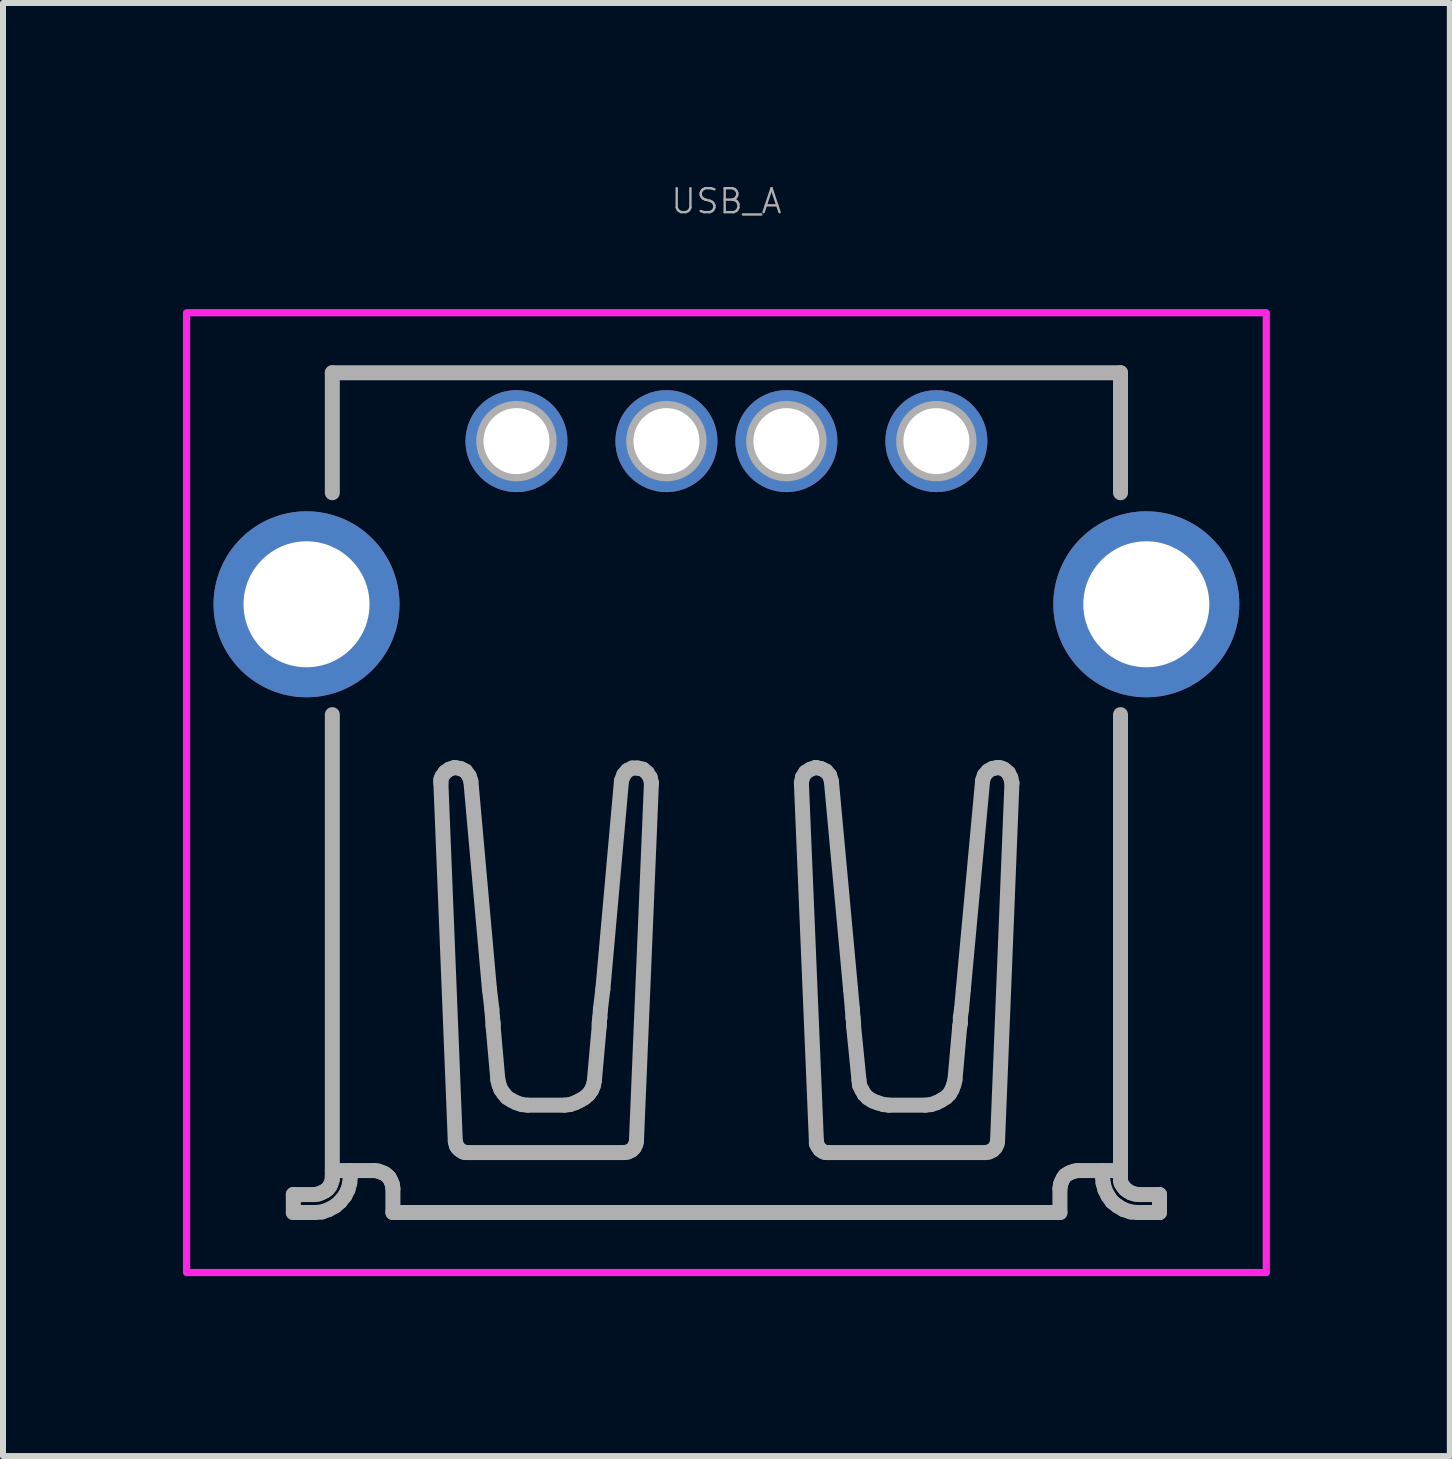
<source format=kicad_pcb>
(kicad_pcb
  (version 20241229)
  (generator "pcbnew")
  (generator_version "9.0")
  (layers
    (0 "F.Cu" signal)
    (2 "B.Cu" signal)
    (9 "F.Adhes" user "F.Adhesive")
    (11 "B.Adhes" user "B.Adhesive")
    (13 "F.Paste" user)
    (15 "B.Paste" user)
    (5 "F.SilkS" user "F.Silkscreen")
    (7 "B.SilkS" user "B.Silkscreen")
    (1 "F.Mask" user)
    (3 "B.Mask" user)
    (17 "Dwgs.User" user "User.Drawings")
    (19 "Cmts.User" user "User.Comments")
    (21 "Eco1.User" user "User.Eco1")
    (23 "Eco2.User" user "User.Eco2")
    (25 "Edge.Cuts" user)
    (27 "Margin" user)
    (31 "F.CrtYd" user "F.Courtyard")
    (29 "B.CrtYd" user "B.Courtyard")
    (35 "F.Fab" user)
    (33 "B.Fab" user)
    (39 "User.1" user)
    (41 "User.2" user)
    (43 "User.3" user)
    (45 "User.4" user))
  (footprint "USB_A"
    (layer "F.Cu")
    (at 9.06 5.664)
    (property "Reference" "USB_A" (at 0 -5.36 0) (layer "F.Fab") (effects (font (size 0.4 0.4) (thickness 0.04))))
    (attr through_hole)
    (fp_rect (start -9 -3.5) (end 9 12.5) (stroke (width 0.12) (type solid)) (fill no) (layer "F.CrtYd"))
    (fp_line (start -7.22 11.2) (end -6.87 11.2) (stroke (width 0.25) (type solid)) (layer "F.Fab"))
    (fp_line (start -7.22 11.5) (end -7.22 11.2) (stroke (width 0.25) (type solid)) (layer "F.Fab"))
    (fp_line (start -6.87 11.5) (end -7.22 11.5) (stroke (width 0.25) (type solid)) (layer "F.Fab"))
    (fp_line (start -6.8 11.19) (end -6.86 11.2) (stroke (width 0.25) (type solid)) (layer "F.Fab"))
    (fp_line (start -6.75 11.17) (end -6.8 11.19) (stroke (width 0.25) (type solid)) (layer "F.Fab"))
    (fp_line (start -6.74 11.49) (end -6.86 11.5) (stroke (width 0.25) (type solid)) (layer "F.Fab"))
    (fp_line (start -6.69 11.14) (end -6.75 11.17) (stroke (width 0.25) (type solid)) (layer "F.Fab"))
    (fp_line (start -6.65 11.11) (end -6.69 11.14) (stroke (width 0.25) (type solid)) (layer "F.Fab"))
    (fp_line (start -6.63 11.45) (end -6.74 11.49) (stroke (width 0.25) (type solid)) (layer "F.Fab"))
    (fp_line (start -6.61 11.06) (end -6.65 11.11) (stroke (width 0.25) (type solid)) (layer "F.Fab"))
    (fp_line (start -6.59 11.01) (end -6.61 11.06) (stroke (width 0.25) (type solid)) (layer "F.Fab"))
    (fp_line (start -6.57 -2.5) (end 6.57 -2.5) (stroke (width 0.25) (type solid)) (layer "F.Fab"))
    (fp_line (start -6.57 -0.5) (end -6.57 -2.5) (stroke (width 0.25) (type solid)) (layer "F.Fab"))
    (fp_line (start -6.57 10.8) (end -5.87 10.8) (stroke (width 0.25) (type solid)) (layer "F.Fab"))
    (fp_line (start -6.57 10.9) (end -6.57 3.2) (stroke (width 0.25) (type solid)) (layer "F.Fab"))
    (fp_line (start -6.57 10.9) (end -6.57 10.95) (stroke (width 0.25) (type solid)) (layer "F.Fab"))
    (fp_line (start -6.57 10.95) (end -6.59 11.01) (stroke (width 0.25) (type solid)) (layer "F.Fab"))
    (fp_line (start -6.52 11.39) (end -6.63 11.45) (stroke (width 0.25) (type solid)) (layer "F.Fab"))
    (fp_line (start -6.44 11.32) (end -6.52 11.39) (stroke (width 0.25) (type solid)) (layer "F.Fab"))
    (fp_line (start -6.36 11.22) (end -6.44 11.32) (stroke (width 0.25) (type solid)) (layer "F.Fab"))
    (fp_line (start -6.31 11.12) (end -6.36 11.22) (stroke (width 0.25) (type solid)) (layer "F.Fab"))
    (fp_line (start -6.28 11.01) (end -6.31 11.12) (stroke (width 0.25) (type solid)) (layer "F.Fab"))
    (fp_line (start -6.27 10.8) (end -6.27 10.9) (stroke (width 0.25) (type solid)) (layer "F.Fab"))
    (fp_line (start -6.27 10.9) (end -6.28 11.01) (stroke (width 0.25) (type solid)) (layer "F.Fab"))
    (fp_line (start -5.87 10.8) (end -5.8 10.81) (stroke (width 0.25) (type solid)) (layer "F.Fab"))
    (fp_line (start -5.8 10.81) (end -5.75 10.83) (stroke (width 0.25) (type solid)) (layer "F.Fab"))
    (fp_line (start -5.75 10.83) (end -5.7 10.85) (stroke (width 0.25) (type solid)) (layer "F.Fab"))
    (fp_line (start -5.7 10.85) (end -5.66 10.88) (stroke (width 0.25) (type solid)) (layer "F.Fab"))
    (fp_line (start -5.66 10.88) (end -5.62 10.92) (stroke (width 0.25) (type solid)) (layer "F.Fab"))
    (fp_line (start -5.62 10.92) (end -5.59 10.98) (stroke (width 0.25) (type solid)) (layer "F.Fab"))
    (fp_line (start -5.59 10.98) (end -5.57 11.03) (stroke (width 0.25) (type solid)) (layer "F.Fab"))
    (fp_line (start -5.57 11.03) (end -5.56 11.1) (stroke (width 0.25) (type solid)) (layer "F.Fab"))
    (fp_line (start -5.56 11.5) (end -5.56 11.1) (stroke (width 0.25) (type solid)) (layer "F.Fab"))
    (fp_line (start -5.56 11.5) (end 0 11.5) (stroke (width 0.25) (type solid)) (layer "F.Fab"))
    (fp_line (start -4.76 4.28) (end -4.76 4.34) (stroke (width 0.25) (type solid)) (layer "F.Fab"))
    (fp_line (start -4.76 4.34) (end -4.52 10.31) (stroke (width 0.25) (type solid)) (layer "F.Fab"))
    (fp_line (start -4.74 4.23) (end -4.76 4.28) (stroke (width 0.25) (type solid)) (layer "F.Fab"))
    (fp_line (start -4.69 4.16) (end -4.74 4.23) (stroke (width 0.25) (type solid)) (layer "F.Fab"))
    (fp_line (start -4.62 4.11) (end -4.69 4.16) (stroke (width 0.25) (type solid)) (layer "F.Fab"))
    (fp_line (start -4.53 4.08) (end -4.62 4.11) (stroke (width 0.25) (type solid)) (layer "F.Fab"))
    (fp_line (start -4.52 10.31) (end -4.51 10.35) (stroke (width 0.25) (type solid)) (layer "F.Fab"))
    (fp_line (start -4.51 10.35) (end -4.5 10.39) (stroke (width 0.25) (type solid)) (layer "F.Fab"))
    (fp_line (start -4.5 10.39) (end -4.48 10.42) (stroke (width 0.25) (type solid)) (layer "F.Fab"))
    (fp_line (start -4.48 10.42) (end -4.45 10.45) (stroke (width 0.25) (type solid)) (layer "F.Fab"))
    (fp_line (start -4.45 10.45) (end -4.42 10.47) (stroke (width 0.25) (type solid)) (layer "F.Fab"))
    (fp_line (start -4.43 4.1) (end -4.53 4.08) (stroke (width 0.25) (type solid)) (layer "F.Fab"))
    (fp_line (start -4.42 10.47) (end -4.39 10.49) (stroke (width 0.25) (type solid)) (layer "F.Fab"))
    (fp_line (start -4.39 10.49) (end -4.35 10.5) (stroke (width 0.25) (type solid)) (layer "F.Fab"))
    (fp_line (start -4.35 4.14) (end -4.43 4.1) (stroke (width 0.25) (type solid)) (layer "F.Fab"))
    (fp_line (start -4.35 10.5) (end -4.32 10.5) (stroke (width 0.25) (type solid)) (layer "F.Fab"))
    (fp_line (start -4.31 10.5) (end -1.7 10.5) (stroke (width 0.25) (type solid)) (layer "F.Fab"))
    (fp_line (start -4.29 4.22) (end -4.35 4.14) (stroke (width 0.25) (type solid)) (layer "F.Fab"))
    (fp_line (start -4.26 4.31) (end -4.29 4.22) (stroke (width 0.25) (type solid)) (layer "F.Fab"))
    (fp_line (start -3.95 7.78) (end -4.26 4.31) (stroke (width 0.25) (type solid)) (layer "F.Fab"))
    (fp_line (start -3.95 7.78) (end -3.91 8.11) (stroke (width 0.25) (type solid)) (layer "F.Fab"))
    (fp_line (start -3.91 8.11) (end -3.9 8.25) (stroke (width 0.25) (type solid)) (layer "F.Fab"))
    (fp_line (start -3.89 8.34) (end -3.9 8.25) (stroke (width 0.25) (type solid)) (layer "F.Fab"))
    (fp_line (start -3.89 8.39) (end -3.89 8.34) (stroke (width 0.25) (type solid)) (layer "F.Fab"))
    (fp_line (start -3.81 9.29) (end -3.89 8.39) (stroke (width 0.25) (type solid)) (layer "F.Fab"))
    (fp_line (start -3.81 9.29) (end -3.79 9.37) (stroke (width 0.25) (type solid)) (layer "F.Fab"))
    (fp_line (start -3.79 9.37) (end -3.76 9.45) (stroke (width 0.25) (type solid)) (layer "F.Fab"))
    (fp_line (start -3.76 9.45) (end -3.71 9.52) (stroke (width 0.25) (type solid)) (layer "F.Fab"))
    (fp_line (start -3.71 9.52) (end -3.66 9.58) (stroke (width 0.25) (type solid)) (layer "F.Fab"))
    (fp_line (start -3.66 9.58) (end -3.58 9.63) (stroke (width 0.25) (type solid)) (layer "F.Fab"))
    (fp_line (start -3.58 9.63) (end -3.5 9.67) (stroke (width 0.25) (type solid)) (layer "F.Fab"))
    (fp_line (start -3.5 9.67) (end -3.41 9.7) (stroke (width 0.25) (type solid)) (layer "F.Fab"))
    (fp_line (start -3.41 9.7) (end -3.32 9.71) (stroke (width 0.25) (type solid)) (layer "F.Fab"))
    (fp_line (start -2.7 9.71) (end -3.31 9.71) (stroke (width 0.25) (type solid)) (layer "F.Fab"))
    (fp_line (start -2.7 9.71) (end -2.61 9.7) (stroke (width 0.25) (type solid)) (layer "F.Fab"))
    (fp_line (start -2.61 9.7) (end -2.52 9.67) (stroke (width 0.25) (type solid)) (layer "F.Fab"))
    (fp_line (start -2.52 9.67) (end -2.44 9.63) (stroke (width 0.25) (type solid)) (layer "F.Fab"))
    (fp_line (start -2.44 9.63) (end -2.37 9.59) (stroke (width 0.25) (type solid)) (layer "F.Fab"))
    (fp_line (start -2.37 9.59) (end -2.3 9.53) (stroke (width 0.25) (type solid)) (layer "F.Fab"))
    (fp_line (start -2.3 9.53) (end -2.25 9.46) (stroke (width 0.25) (type solid)) (layer "F.Fab"))
    (fp_line (start -2.25 9.46) (end -2.22 9.39) (stroke (width 0.25) (type solid)) (layer "F.Fab"))
    (fp_line (start -2.22 9.39) (end -2.2 9.3) (stroke (width 0.25) (type solid)) (layer "F.Fab"))
    (fp_line (start -2.12 8.34) (end -2.11 8.25) (stroke (width 0.25) (type solid)) (layer "F.Fab"))
    (fp_line (start -2.12 8.39) (end -2.2 9.29) (stroke (width 0.25) (type solid)) (layer "F.Fab"))
    (fp_line (start -2.12 8.39) (end -2.12 8.34) (stroke (width 0.25) (type solid)) (layer "F.Fab"))
    (fp_line (start -2.1 8.11) (end -2.11 8.25) (stroke (width 0.25) (type solid)) (layer "F.Fab"))
    (fp_line (start -2.06 7.78) (end -2.1 8.11) (stroke (width 0.25) (type solid)) (layer "F.Fab"))
    (fp_line (start -2.06 7.78) (end -1.75 4.31) (stroke (width 0.25) (type solid)) (layer "F.Fab"))
    (fp_line (start -1.71 4.2) (end -1.75 4.3) (stroke (width 0.25) (type solid)) (layer "F.Fab"))
    (fp_line (start -1.7 10.5) (end -1.64 10.49) (stroke (width 0.25) (type solid)) (layer "F.Fab"))
    (fp_line (start -1.65 4.13) (end -1.71 4.2) (stroke (width 0.25) (type solid)) (layer "F.Fab"))
    (fp_line (start -1.64 10.49) (end -1.58 10.46) (stroke (width 0.25) (type solid)) (layer "F.Fab"))
    (fp_line (start -1.58 10.46) (end -1.54 10.42) (stroke (width 0.25) (type solid)) (layer "F.Fab"))
    (fp_line (start -1.57 4.09) (end -1.65 4.13) (stroke (width 0.25) (type solid)) (layer "F.Fab"))
    (fp_line (start -1.54 10.42) (end -1.51 10.36) (stroke (width 0.25) (type solid)) (layer "F.Fab"))
    (fp_line (start -1.51 10.36) (end -1.5 10.31) (stroke (width 0.25) (type solid)) (layer "F.Fab"))
    (fp_line (start -1.5 10.31) (end -1.25 4.34) (stroke (width 0.25) (type solid)) (layer "F.Fab"))
    (fp_line (start -1.48 4.09) (end -1.57 4.09) (stroke (width 0.25) (type solid)) (layer "F.Fab"))
    (fp_line (start -1.39 4.11) (end -1.48 4.09) (stroke (width 0.25) (type solid)) (layer "F.Fab"))
    (fp_line (start -1.32 4.17) (end -1.39 4.11) (stroke (width 0.25) (type solid)) (layer "F.Fab"))
    (fp_line (start -1.27 4.25) (end -1.32 4.17) (stroke (width 0.25) (type solid)) (layer "F.Fab"))
    (fp_line (start -1.25 4.34) (end -1.27 4.25) (stroke (width 0.25) (type solid)) (layer "F.Fab"))
    (fp_line (start 1.27 4.24) (end 1.25 4.33) (stroke (width 0.25) (type solid)) (layer "F.Fab"))
    (fp_line (start 1.32 4.16) (end 1.27 4.24) (stroke (width 0.25) (type solid)) (layer "F.Fab"))
    (fp_line (start 1.4 4.11) (end 1.32 4.16) (stroke (width 0.25) (type solid)) (layer "F.Fab"))
    (fp_line (start 1.49 4.08) (end 1.4 4.11) (stroke (width 0.25) (type solid)) (layer "F.Fab"))
    (fp_line (start 1.5 10.31) (end 1.25 4.34) (stroke (width 0.25) (type solid)) (layer "F.Fab"))
    (fp_line (start 1.5 10.31) (end 1.5 10.35) (stroke (width 0.25) (type solid)) (layer "F.Fab"))
    (fp_line (start 1.5 10.35) (end 1.52 10.39) (stroke (width 0.25) (type solid)) (layer "F.Fab"))
    (fp_line (start 1.52 10.39) (end 1.54 10.42) (stroke (width 0.25) (type solid)) (layer "F.Fab"))
    (fp_line (start 1.54 10.42) (end 1.56 10.45) (stroke (width 0.25) (type solid)) (layer "F.Fab"))
    (fp_line (start 1.56 10.45) (end 1.59 10.47) (stroke (width 0.25) (type solid)) (layer "F.Fab"))
    (fp_line (start 1.58 4.1) (end 1.49 4.08) (stroke (width 0.25) (type solid)) (layer "F.Fab"))
    (fp_line (start 1.59 10.47) (end 1.62 10.49) (stroke (width 0.25) (type solid)) (layer "F.Fab"))
    (fp_line (start 1.62 10.49) (end 1.66 10.5) (stroke (width 0.25) (type solid)) (layer "F.Fab"))
    (fp_line (start 1.66 4.14) (end 1.58 4.1) (stroke (width 0.25) (type solid)) (layer "F.Fab"))
    (fp_line (start 1.66 10.5) (end 1.7 10.5) (stroke (width 0.25) (type solid)) (layer "F.Fab"))
    (fp_line (start 1.72 4.21) (end 1.66 4.14) (stroke (width 0.25) (type solid)) (layer "F.Fab"))
    (fp_line (start 1.75 4.31) (end 1.72 4.21) (stroke (width 0.25) (type solid)) (layer "F.Fab"))
    (fp_line (start 2.07 7.78) (end 1.75 4.31) (stroke (width 0.25) (type solid)) (layer "F.Fab"))
    (fp_line (start 2.07 7.78) (end 2.1 8.11) (stroke (width 0.25) (type solid)) (layer "F.Fab"))
    (fp_line (start 2.1 8.11) (end 2.11 8.25) (stroke (width 0.25) (type solid)) (layer "F.Fab"))
    (fp_line (start 2.12 8.34) (end 2.11 8.25) (stroke (width 0.25) (type solid)) (layer "F.Fab"))
    (fp_line (start 2.12 8.39) (end 2.12 8.34) (stroke (width 0.25) (type solid)) (layer "F.Fab"))
    (fp_line (start 2.12 8.39) (end 2.21 9.29) (stroke (width 0.25) (type solid)) (layer "F.Fab"))
    (fp_line (start 2.22 9.38) (end 2.21 9.3) (stroke (width 0.25) (type solid)) (layer "F.Fab"))
    (fp_line (start 2.26 9.46) (end 2.22 9.38) (stroke (width 0.25) (type solid)) (layer "F.Fab"))
    (fp_line (start 2.3 9.53) (end 2.26 9.46) (stroke (width 0.25) (type solid)) (layer "F.Fab"))
    (fp_line (start 2.36 9.59) (end 2.3 9.53) (stroke (width 0.25) (type solid)) (layer "F.Fab"))
    (fp_line (start 2.44 9.64) (end 2.36 9.59) (stroke (width 0.25) (type solid)) (layer "F.Fab"))
    (fp_line (start 2.52 9.67) (end 2.44 9.64) (stroke (width 0.25) (type solid)) (layer "F.Fab"))
    (fp_line (start 2.62 9.7) (end 2.52 9.67) (stroke (width 0.25) (type solid)) (layer "F.Fab"))
    (fp_line (start 2.71 9.71) (end 2.62 9.7) (stroke (width 0.25) (type solid)) (layer "F.Fab"))
    (fp_line (start 2.71 9.71) (end 3.31 9.71) (stroke (width 0.25) (type solid)) (layer "F.Fab"))
    (fp_line (start 3.41 9.7) (end 3.32 9.71) (stroke (width 0.25) (type solid)) (layer "F.Fab"))
    (fp_line (start 3.5 9.67) (end 3.41 9.7) (stroke (width 0.25) (type solid)) (layer "F.Fab"))
    (fp_line (start 3.58 9.63) (end 3.5 9.67) (stroke (width 0.25) (type solid)) (layer "F.Fab"))
    (fp_line (start 3.66 9.58) (end 3.58 9.63) (stroke (width 0.25) (type solid)) (layer "F.Fab"))
    (fp_line (start 3.72 9.52) (end 3.66 9.58) (stroke (width 0.25) (type solid)) (layer "F.Fab"))
    (fp_line (start 3.76 9.45) (end 3.72 9.52) (stroke (width 0.25) (type solid)) (layer "F.Fab"))
    (fp_line (start 3.79 9.37) (end 3.76 9.45) (stroke (width 0.25) (type solid)) (layer "F.Fab"))
    (fp_line (start 3.81 9.29) (end 3.79 9.37) (stroke (width 0.25) (type solid)) (layer "F.Fab"))
    (fp_line (start 3.89 8.39) (end 3.81 9.29) (stroke (width 0.25) (type solid)) (layer "F.Fab"))
    (fp_line (start 3.89 8.39) (end 3.9 8.34) (stroke (width 0.25) (type solid)) (layer "F.Fab"))
    (fp_line (start 3.9 8.34) (end 3.9 8.25) (stroke (width 0.25) (type solid)) (layer "F.Fab"))
    (fp_line (start 3.92 8.11) (end 3.9 8.25) (stroke (width 0.25) (type solid)) (layer "F.Fab"))
    (fp_line (start 3.95 7.78) (end 3.92 8.11) (stroke (width 0.25) (type solid)) (layer "F.Fab"))
    (fp_line (start 3.95 7.78) (end 4.27 4.31) (stroke (width 0.25) (type solid)) (layer "F.Fab"))
    (fp_line (start 4.3 4.21) (end 4.27 4.3) (stroke (width 0.25) (type solid)) (layer "F.Fab"))
    (fp_line (start 4.32 10.5) (end 1.7 10.5) (stroke (width 0.25) (type solid)) (layer "F.Fab"))
    (fp_line (start 4.32 10.5) (end 4.38 10.49) (stroke (width 0.25) (type solid)) (layer "F.Fab"))
    (fp_line (start 4.36 4.14) (end 4.3 4.21) (stroke (width 0.25) (type solid)) (layer "F.Fab"))
    (fp_line (start 4.38 10.49) (end 4.44 10.46) (stroke (width 0.25) (type solid)) (layer "F.Fab"))
    (fp_line (start 4.43 4.1) (end 4.36 4.14) (stroke (width 0.25) (type solid)) (layer "F.Fab"))
    (fp_line (start 4.44 10.46) (end 4.48 10.42) (stroke (width 0.25) (type solid)) (layer "F.Fab"))
    (fp_line (start 4.48 4.09) (end 4.43 4.1) (stroke (width 0.25) (type solid)) (layer "F.Fab"))
    (fp_line (start 4.48 10.42) (end 4.51 10.36) (stroke (width 0.25) (type solid)) (layer "F.Fab"))
    (fp_line (start 4.51 10.36) (end 4.52 10.31) (stroke (width 0.25) (type solid)) (layer "F.Fab"))
    (fp_line (start 4.53 4.08) (end 4.48 4.09) (stroke (width 0.25) (type solid)) (layer "F.Fab"))
    (fp_line (start 4.58 4.09) (end 4.53 4.08) (stroke (width 0.25) (type solid)) (layer "F.Fab"))
    (fp_line (start 4.63 4.11) (end 4.58 4.09) (stroke (width 0.25) (type solid)) (layer "F.Fab"))
    (fp_line (start 4.7 4.17) (end 4.63 4.11) (stroke (width 0.25) (type solid)) (layer "F.Fab"))
    (fp_line (start 4.74 4.25) (end 4.7 4.17) (stroke (width 0.25) (type solid)) (layer "F.Fab"))
    (fp_line (start 4.76 4.34) (end 4.52 10.31) (stroke (width 0.25) (type solid)) (layer "F.Fab"))
    (fp_line (start 4.76 4.34) (end 4.74 4.25) (stroke (width 0.25) (type solid)) (layer "F.Fab"))
    (fp_line (start 5.56 11.5) (end 0 11.5) (stroke (width 0.25) (type solid)) (layer "F.Fab"))
    (fp_line (start 5.56 11.5) (end 5.56 11.1) (stroke (width 0.25) (type solid)) (layer "F.Fab"))
    (fp_line (start 5.57 11.03) (end 5.56 11.1) (stroke (width 0.25) (type solid)) (layer "F.Fab"))
    (fp_line (start 5.59 10.98) (end 5.57 11.03) (stroke (width 0.25) (type solid)) (layer "F.Fab"))
    (fp_line (start 5.62 10.92) (end 5.59 10.98) (stroke (width 0.25) (type solid)) (layer "F.Fab"))
    (fp_line (start 5.65 10.88) (end 5.62 10.92) (stroke (width 0.25) (type solid)) (layer "F.Fab"))
    (fp_line (start 5.7 10.85) (end 5.65 10.88) (stroke (width 0.25) (type solid)) (layer "F.Fab"))
    (fp_line (start 5.74 10.83) (end 5.7 10.85) (stroke (width 0.25) (type solid)) (layer "F.Fab"))
    (fp_line (start 5.8 10.81) (end 5.74 10.83) (stroke (width 0.25) (type solid)) (layer "F.Fab"))
    (fp_line (start 5.86 10.8) (end 5.8 10.81) (stroke (width 0.25) (type solid)) (layer "F.Fab"))
    (fp_line (start 6.27 10.8) (end 6.27 10.9) (stroke (width 0.25) (type solid)) (layer "F.Fab"))
    (fp_line (start 6.27 10.9) (end 6.28 11.01) (stroke (width 0.25) (type solid)) (layer "F.Fab"))
    (fp_line (start 6.28 11.01) (end 6.31 11.12) (stroke (width 0.25) (type solid)) (layer "F.Fab"))
    (fp_line (start 6.31 11.12) (end 6.36 11.22) (stroke (width 0.25) (type solid)) (layer "F.Fab"))
    (fp_line (start 6.36 11.22) (end 6.43 11.32) (stroke (width 0.25) (type solid)) (layer "F.Fab"))
    (fp_line (start 6.43 11.32) (end 6.52 11.39) (stroke (width 0.25) (type solid)) (layer "F.Fab"))
    (fp_line (start 6.52 11.39) (end 6.62 11.45) (stroke (width 0.25) (type solid)) (layer "F.Fab"))
    (fp_line (start 6.57 -0.5) (end 6.57 -2.5) (stroke (width 0.25) (type solid)) (layer "F.Fab"))
    (fp_line (start 6.57 10.8) (end 5.86 10.8) (stroke (width 0.25) (type solid)) (layer "F.Fab"))
    (fp_line (start 6.57 10.9) (end 6.57 3.2) (stroke (width 0.25) (type solid)) (layer "F.Fab"))
    (fp_line (start 6.57 10.9) (end 6.57 10.96) (stroke (width 0.25) (type solid)) (layer "F.Fab"))
    (fp_line (start 6.57 10.96) (end 6.58 11.01) (stroke (width 0.25) (type solid)) (layer "F.Fab"))
    (fp_line (start 6.58 11.01) (end 6.61 11.06) (stroke (width 0.25) (type solid)) (layer "F.Fab"))
    (fp_line (start 6.61 11.06) (end 6.65 11.11) (stroke (width 0.25) (type solid)) (layer "F.Fab"))
    (fp_line (start 6.62 11.45) (end 6.74 11.49) (stroke (width 0.25) (type solid)) (layer "F.Fab"))
    (fp_line (start 6.65 11.11) (end 6.69 11.14) (stroke (width 0.25) (type solid)) (layer "F.Fab"))
    (fp_line (start 6.69 11.14) (end 6.74 11.17) (stroke (width 0.25) (type solid)) (layer "F.Fab"))
    (fp_line (start 6.74 11.17) (end 6.8 11.19) (stroke (width 0.25) (type solid)) (layer "F.Fab"))
    (fp_line (start 6.74 11.49) (end 6.85 11.5) (stroke (width 0.25) (type solid)) (layer "F.Fab"))
    (fp_line (start 6.8 11.19) (end 6.86 11.2) (stroke (width 0.25) (type solid)) (layer "F.Fab"))
    (fp_line (start 6.86 11.5) (end 7.22 11.5) (stroke (width 0.25) (type solid)) (layer "F.Fab"))
    (fp_line (start 7.22 11.2) (end 6.86 11.2) (stroke (width 0.25) (type solid)) (layer "F.Fab"))
    (fp_line (start 7.22 11.5) (end 7.22 11.2) (stroke (width 0.25) (type solid)) (layer "F.Fab"))
    (fp_circle (center -7 1.36) (end -6.52 1.36) (stroke (width 0.95) (type solid)) (fill no) (layer "F.Fab"))
    (fp_circle (center -3.5 -1.36) (end -3.28 -1.36) (stroke (width 0.45) (type solid)) (fill no) (layer "F.Fab"))
    (fp_circle (center -1 -1.36) (end -0.78 -1.36) (stroke (width 0.45) (type solid)) (fill no) (layer "F.Fab"))
    (fp_circle (center 1 -1.36) (end 1.22 -1.36) (stroke (width 0.45) (type solid)) (fill no) (layer "F.Fab"))
    (fp_circle (center 3.5 -1.36) (end 3.72 -1.36) (stroke (width 0.45) (type solid)) (fill no) (layer "F.Fab"))
    (fp_circle (center 7 1.36) (end 7.48 1.36) (stroke (width 0.95) (type solid)) (fill no) (layer "F.Fab"))
    (pad "1" thru_hole circle (at -3.5 -1.36 270) (size 1.7 1.7) (drill 1.1) (layers "*.Cu" "*.Paste" "*.Mask"))
    (pad "2" thru_hole circle (at -1 -1.36 270) (size 1.7 1.7) (drill 1.1) (layers "*.Cu" "*.Paste" "*.Mask"))
    (pad "3" thru_hole circle (at 1 -1.36 270) (size 1.7 1.7) (drill 1.1) (layers "*.Cu" "*.Paste" "*.Mask"))
    (pad "4" thru_hole circle (at 3.5 -1.36 270) (size 1.7 1.7) (drill 1.1) (layers "*.Cu" "*.Paste" "*.Mask"))
    (pad "5" thru_hole circle (at -7 1.36 90) (size 3.1 3.1) (drill 2.1) (layers "*.Cu" "*.Paste" "*.Mask"))
    (pad "5" thru_hole circle (at 7 1.36 90) (size 3.1 3.1) (drill 2.1) (layers "*.Cu" "*.Paste" "*.Mask")))
  (gr_rect
    (start -3 -3)
    (end 21.12 21.224)
    (stroke (width 0.1) (type default))
    (fill no)
    (layer "Edge.Cuts")))
</source>
